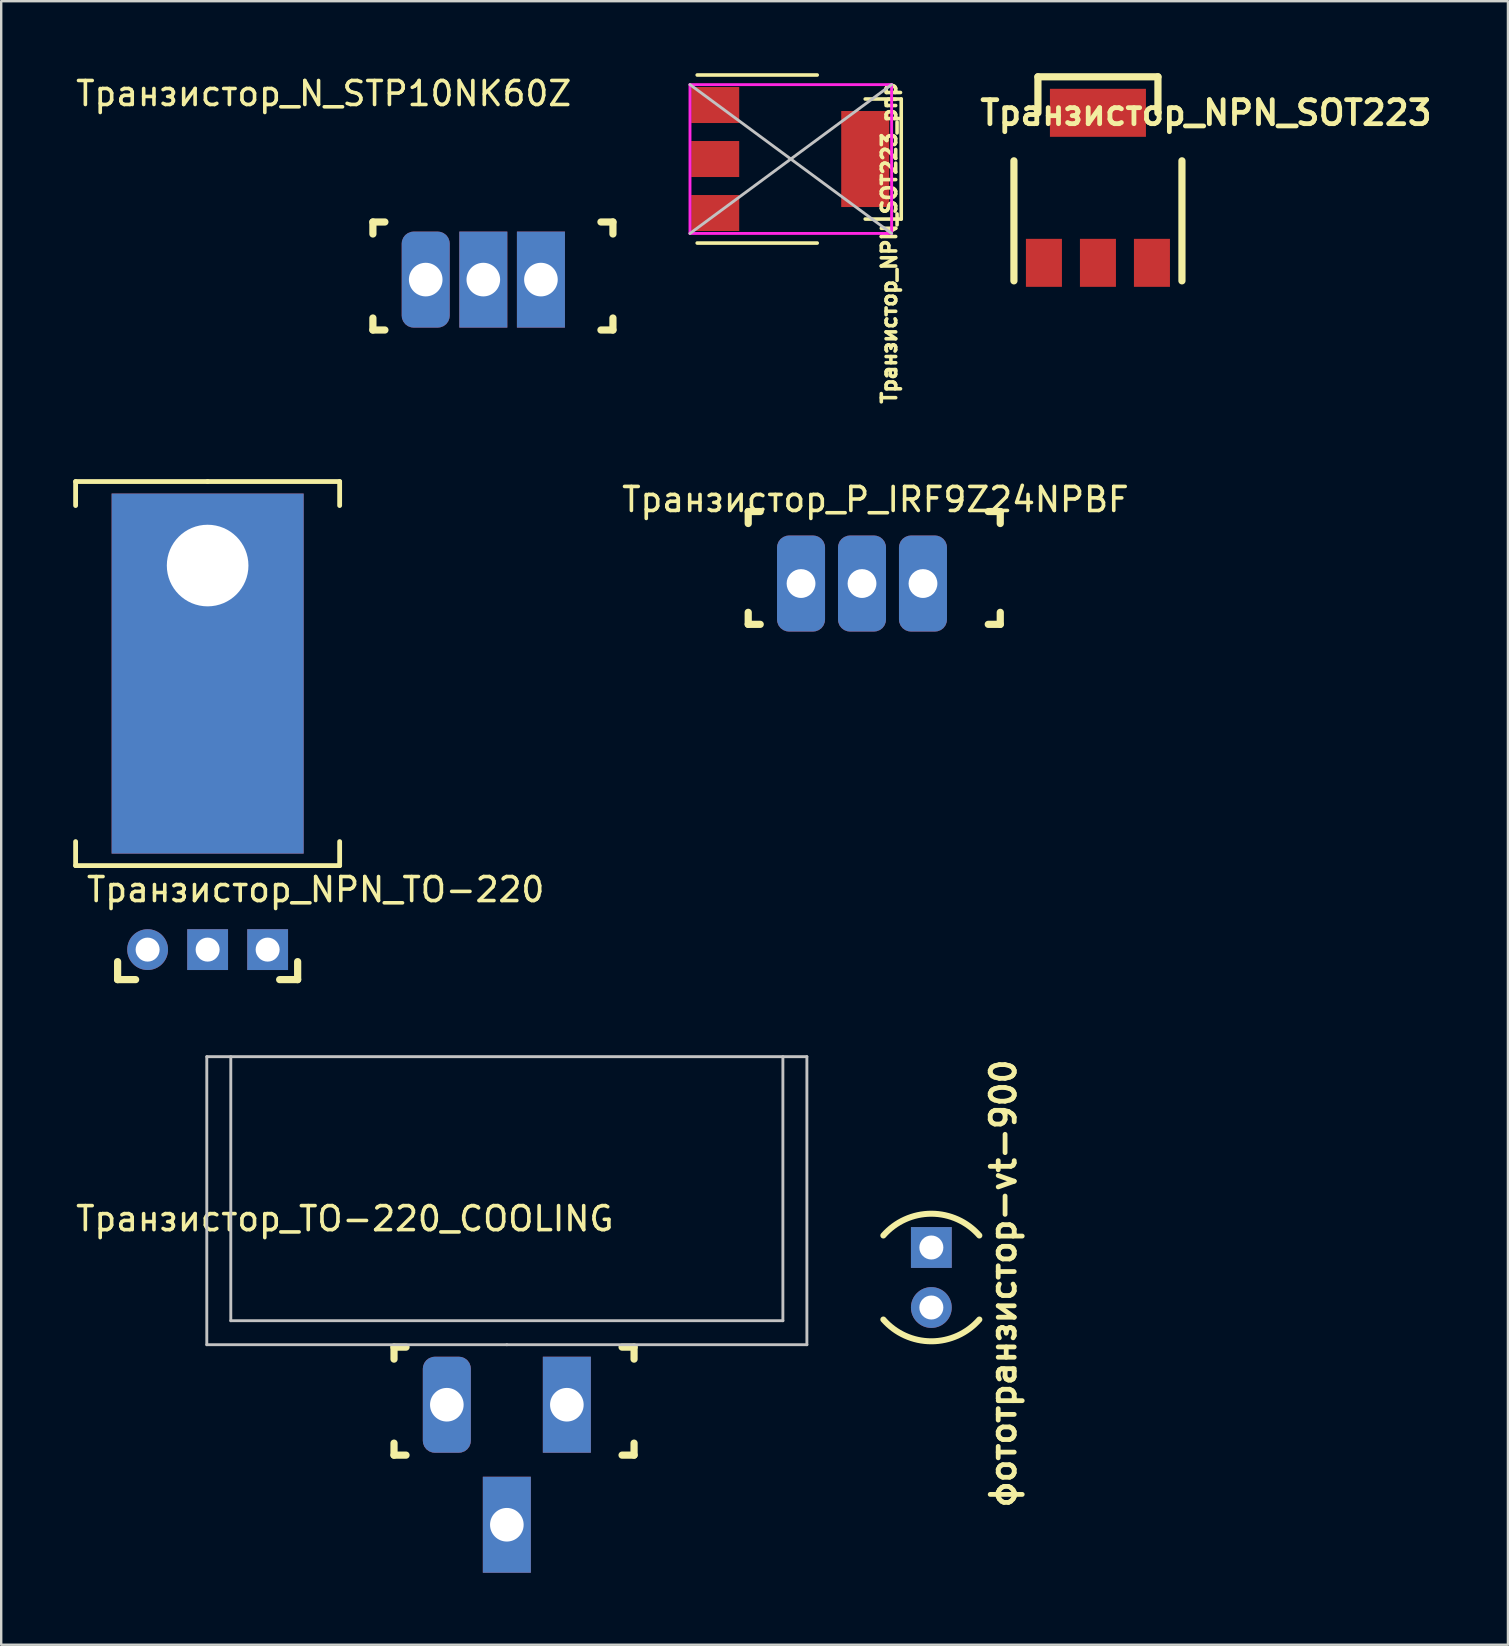
<source format=kicad_pcb>
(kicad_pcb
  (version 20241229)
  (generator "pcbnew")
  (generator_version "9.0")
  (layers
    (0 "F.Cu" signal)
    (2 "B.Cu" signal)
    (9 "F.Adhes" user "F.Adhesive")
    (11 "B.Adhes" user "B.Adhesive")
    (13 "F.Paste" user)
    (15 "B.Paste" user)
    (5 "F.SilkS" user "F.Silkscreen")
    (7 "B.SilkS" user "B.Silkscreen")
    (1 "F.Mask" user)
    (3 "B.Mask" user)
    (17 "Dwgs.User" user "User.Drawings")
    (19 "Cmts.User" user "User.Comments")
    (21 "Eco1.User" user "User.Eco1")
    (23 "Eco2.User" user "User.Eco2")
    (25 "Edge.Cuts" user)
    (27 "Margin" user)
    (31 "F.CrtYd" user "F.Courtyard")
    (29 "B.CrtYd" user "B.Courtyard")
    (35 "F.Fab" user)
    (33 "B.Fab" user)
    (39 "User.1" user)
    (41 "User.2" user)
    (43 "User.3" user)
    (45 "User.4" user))
  (footprint "Транзистор_P_IRF9Z24NPBF"
    (layer "F.Cu")
    (at 30.321 21.26)
    (property "Reference" "Транзистор_P_IRF9Z24NPBF" (at 3.1 -3.5 0) (layer "F.SilkS") (effects (font (size 1 1) (thickness 0.15))))
    (attr through_hole)
    (fp_line (start -2.2 -3) (end -2.2 -2.5) (stroke (width 0.3) (type solid)) (layer "F.SilkS"))
    (fp_line (start -2.2 -3) (end -1.7 -3) (stroke (width 0.3) (type solid)) (layer "F.SilkS"))
    (fp_line (start -2.2 1.7) (end -2.2 1.2) (stroke (width 0.3) (type solid)) (layer "F.SilkS"))
    (fp_line (start -2.2 1.7) (end -1.7 1.7) (stroke (width 0.3) (type solid)) (layer "F.SilkS"))
    (fp_line (start 8.3 -3) (end 7.8 -3) (stroke (width 0.3) (type solid)) (layer "F.SilkS"))
    (fp_line (start 8.3 -3) (end 8.3 -2.5) (stroke (width 0.3) (type solid)) (layer "F.SilkS"))
    (fp_line (start 8.3 1.7) (end 7.8 1.7) (stroke (width 0.3) (type solid)) (layer "F.SilkS"))
    (fp_line (start 8.3 1.7) (end 8.3 1.2) (stroke (width 0.3) (type solid)) (layer "F.SilkS"))
    (pad "1" thru_hole roundrect (at 0 0) (size 2 4) (drill 1.2) (layers "*.Cu" "*.Mask") (roundrect_rratio 0.25))
    (pad "2" thru_hole roundrect (at 2.54 0) (size 2 4) (drill 1.2) (layers "*.Cu" "*.Mask") (roundrect_rratio 0.25))
    (pad "3" thru_hole roundrect (at 5.08 0) (size 2 4) (drill 1.2) (layers "*.Cu" "*.Mask") (roundrect_rratio 0.25)))
  (footprint "фототранзистор-vt-900"
    (layer "F.Cu")
    (at 35.75 51.421)
    (property "Reference" "фототранзистор-vt-900" (at 3 -1 90) (layer "F.SilkS") (effects (font (size 1 1) (thickness 0.2))))
    (attr through_hole)
    (fp_arc (start -1.999999 -2.999999) (mid 0 -3.907535) (end 1.999999 -2.999999) (stroke (width 0.25) (type solid)) (layer "F.SilkS"))
    (fp_arc (start 1.999999 0.499999) (mid 0 1.407535) (end -1.999999 0.499999) (stroke (width 0.25) (type solid)) (layer "F.SilkS"))
    (pad "1" thru_hole circle (at 0 0) (size 1.7 1.7) (drill 1) (layers "*.Cu" "*.Mask"))
    (pad "2" thru_hole rect (at 0 -2.5) (size 1.7 1.7) (drill 1) (layers "*.Cu" "*.Mask")))
  (footprint "Транзистор_NPN_ТО-220"
    (layer "F.Cu")
    (at 3.1 36.511)
    (property "Reference" "Транзистор_NPN_ТО-220" (at 7 -2.5 0) (layer "F.SilkS") (effects (font (size 1 1) (thickness 0.15))))
    (attr through_hole)
    (fp_line (start -3 -19.5) (end -3 -18.5) (stroke (width 0.2) (type solid)) (layer "F.SilkS"))
    (fp_line (start -3 -4.5) (end -3 -3.5) (stroke (width 0.2) (type solid)) (layer "F.SilkS"))
    (fp_line (start -3 -3.5) (end 8 -3.5) (stroke (width 0.2) (type solid)) (layer "F.SilkS"))
    (fp_line (start -1.25 0.5) (end -1.25 1.25) (stroke (width 0.3) (type solid)) (layer "F.SilkS"))
    (fp_line (start -1.25 1.25) (end -0.5 1.25) (stroke (width 0.3) (type solid)) (layer "F.SilkS"))
    (fp_line (start 2.5 -19.5) (end -3 -19.5) (stroke (width 0.2) (type solid)) (layer "F.SilkS"))
    (fp_line (start 2.5 -19.5) (end 8 -19.5) (stroke (width 0.2) (type solid)) (layer "F.SilkS"))
    (fp_line (start 6.25 0.5) (end 6.25 1.25) (stroke (width 0.3) (type solid)) (layer "F.SilkS"))
    (fp_line (start 6.25 1.25) (end 5.5 1.25) (stroke (width 0.3) (type solid)) (layer "F.SilkS"))
    (fp_line (start 8 -19.5) (end 8 -18.5) (stroke (width 0.2) (type solid)) (layer "F.SilkS"))
    (fp_line (start 8 -4.5) (end 8 -3.5) (stroke (width 0.2) (type solid)) (layer "F.SilkS"))
    (pad "1" thru_hole circle (at 0 0) (size 1.7 1.7) (drill 1) (layers "*.Cu" "*.Mask"))
    (pad "2" thru_hole rect (at 2.5 0) (size 1.7 1.7) (drill 1) (layers "*.Cu" "*.Mask"))
    (pad "3" thru_hole rect (at 5 0) (size 1.7 1.7) (drill 1) (layers "*.Cu" "*.Mask"))
    (pad "4" thru_hole rect (at 2.5 -16) (size 8 15) (drill 3.4 (offset 0 4.5)) (layers "*.Cu" "*.Mask")))
  (footprint "Транзистор_N_STP10NK60Z"
    (layer "F.Cu")
    (at 14.685 8.598)
    (property "Reference" "Транзистор_N_STP10NK60Z" (at -4.25 -7.75 0) (layer "F.SilkS") (effects (font (size 1 1) (thickness 0.15))))
    (attr through_hole)
    (fp_line (start -2.2 -2.4) (end -2.2 -1.9) (stroke (width 0.3) (type solid)) (layer "F.SilkS"))
    (fp_line (start -2.2 -2.4) (end -1.7 -2.4) (stroke (width 0.3) (type solid)) (layer "F.SilkS"))
    (fp_line (start -2.2 2.1) (end -2.2 1.6) (stroke (width 0.3) (type solid)) (layer "F.SilkS"))
    (fp_line (start -2.2 2.1) (end -1.7 2.1) (stroke (width 0.3) (type solid)) (layer "F.SilkS"))
    (fp_line (start 7.8 -2.4) (end 7.3 -2.4) (stroke (width 0.3) (type solid)) (layer "F.SilkS"))
    (fp_line (start 7.8 -2.4) (end 7.8 -1.9) (stroke (width 0.3) (type solid)) (layer "F.SilkS"))
    (fp_line (start 7.8 2.1) (end 7.3 2.1) (stroke (width 0.3) (type solid)) (layer "F.SilkS"))
    (fp_line (start 7.8 2.1) (end 7.8 1.6) (stroke (width 0.3) (type solid)) (layer "F.SilkS"))
    (pad "1" thru_hole roundrect (at 0 0) (size 2 4) (drill 1.4) (layers "*.Cu" "*.Mask") (roundrect_rratio 0.25))
    (pad "2" thru_hole rect (at 2.4 0) (size 2 4) (drill 1.4) (layers "*.Cu" "*.Mask"))
    (pad "3" thru_hole rect (at 4.8 0) (size 2 4) (drill 1.4) (layers "*.Cu" "*.Mask")))
  (footprint "Транзистор_TO-220_COOLING"
    (layer "F.Cu")
    (at 15.565 55.471)
    (property "Reference" "Транзистор_TO-220_COOLING" (at -4.25 -7.75 0) (layer "F.SilkS") (effects (font (size 1 1) (thickness 0.15))))
    (attr through_hole)
    (fp_line (start -2.2 -2.4) (end -2.2 -1.9) (stroke (width 0.3) (type solid)) (layer "F.SilkS"))
    (fp_line (start -2.2 -2.4) (end -1.7 -2.4) (stroke (width 0.3) (type solid)) (layer "F.SilkS"))
    (fp_line (start -2.2 2.1) (end -2.2 1.6) (stroke (width 0.3) (type solid)) (layer "F.SilkS"))
    (fp_line (start -2.2 2.1) (end -1.7 2.1) (stroke (width 0.3) (type solid)) (layer "F.SilkS"))
    (fp_line (start 7.8 -2.4) (end 7.3 -2.4) (stroke (width 0.3) (type solid)) (layer "F.SilkS"))
    (fp_line (start 7.8 -2.4) (end 7.8 -1.9) (stroke (width 0.3) (type solid)) (layer "F.SilkS"))
    (fp_line (start 7.8 2.1) (end 7.3 2.1) (stroke (width 0.3) (type solid)) (layer "F.SilkS"))
    (fp_line (start 7.8 2.1) (end 7.8 1.6) (stroke (width 0.3) (type solid)) (layer "F.SilkS"))
    (fp_line (start -10 -14.5) (end -10 -2.5) (stroke (width 0.12) (type solid)) (layer "Dwgs.User"))
    (fp_line (start -10 -2.5) (end 2.5 -2.5) (stroke (width 0.12) (type solid)) (layer "Dwgs.User"))
    (fp_line (start -9 -14.5) (end -9 -3.5) (stroke (width 0.12) (type solid)) (layer "Dwgs.User"))
    (fp_line (start -9 -3.5) (end 14 -3.5) (stroke (width 0.12) (type solid)) (layer "Dwgs.User"))
    (fp_line (start 2.5 -2.5) (end 15 -2.5) (stroke (width 0.12) (type solid)) (layer "Dwgs.User"))
    (fp_line (start 14 -3.5) (end 14 -14.5) (stroke (width 0.12) (type solid)) (layer "Dwgs.User"))
    (fp_line (start 15 -14.5) (end -10 -14.5) (stroke (width 0.12) (type solid)) (layer "Dwgs.User"))
    (fp_line (start 15 -2.5) (end 15 -14.5) (stroke (width 0.12) (type solid)) (layer "Dwgs.User"))
    (pad "1" thru_hole roundrect (at 0 0) (size 2 4) (drill 1.4) (layers "*.Cu" "*.Mask") (roundrect_rratio 0.25))
    (pad "2" thru_hole rect (at 2.5 5) (size 2 4) (drill 1.4) (layers "*.Cu" "*.Mask"))
    (pad "3" thru_hole rect (at 5 0) (size 2 4) (drill 1.4) (layers "*.Cu" "*.Mask")))
  (footprint "Транзистор_NPN_SOT223"
    (layer "F.Cu")
    (at 42.69 4.15)
    (property "Reference" "Транзистор_NPN_SOT223" (at 4.5 -2.5 0) (layer "F.SilkS") (effects (font (size 1 1) (thickness 0.2))))
    (attr through_hole)
    (fp_line (start -3.5 -0.5) (end -3.5 4.5) (stroke (width 0.3) (type solid)) (layer "F.SilkS"))
    (fp_line (start -2.5 -4) (end -2.5 -2.5) (stroke (width 0.3) (type solid)) (layer "F.SilkS"))
    (fp_line (start -2.5 -4) (end 2.5 -4) (stroke (width 0.3) (type solid)) (layer "F.SilkS"))
    (fp_line (start 2.5 -2.5) (end 2.5 -4) (stroke (width 0.3) (type solid)) (layer "F.SilkS"))
    (fp_line (start 3.5 -0.5) (end 3.5 4.5) (stroke (width 0.3) (type solid)) (layer "F.SilkS"))
    (pad "1" smd rect (at -2.25 3.75) (size 1.5 2) (layers "F.Cu" "F.Mask" "F.Paste"))
    (pad "2" smd rect (at 0 3.75) (size 1.5 2) (layers "F.Cu" "F.Mask" "F.Paste"))
    (pad "3" smd rect (at 2.25 3.75) (size 1.5 2) (layers "F.Cu" "F.Mask" "F.Paste"))
    (pad "4" smd rect (at 0 -2.5) (size 4 2) (layers "F.Cu" "F.Mask" "F.Paste")))
  (footprint "Транзистор_NPN_SOT223_pnp"
    (layer "F.Cu")
    (at 29.895 3.575)
    (property "Reference" "Транзистор_NPN_SOT223_pnp" (at 4.1 3.5 270) (layer "F.SilkS") (effects (font (size 0.6 0.6) (thickness 0.15))))
    (attr smd)
    (fp_line (start 1.1 -3.5) (end -3.9 -3.5) (stroke (width 0.15) (type solid)) (layer "F.SilkS"))
    (fp_line (start 1.1 3.5) (end -3.9 3.5) (stroke (width 0.15) (type solid)) (layer "F.SilkS"))
    (fp_line (start 3.1 2.5) (end 4.6 2.5) (stroke (width 0.15) (type solid)) (layer "F.SilkS"))
    (fp_line (start 4.6 -2.5) (end 3.1 -2.5) (stroke (width 0.15) (type solid)) (layer "F.SilkS"))
    (fp_line (start 4.6 -2.5) (end 4.6 2.5) (stroke (width 0.15) (type solid)) (layer "F.SilkS"))
    (fp_line (start -4.2 -3.1) (end 4.2 3.1) (stroke (width 0.12) (type solid)) (layer "Dwgs.User"))
    (fp_line (start 4.2 -3.1) (end -4.2 3.1) (stroke (width 0.12) (type solid)) (layer "Dwgs.User"))
    (fp_line (start -4.2 -3.1) (end -4.2 3.1) (stroke (width 0.12) (type solid)) (layer "F.CrtYd"))
    (fp_line (start -4.2 3.1) (end 4.2 3.1) (stroke (width 0.12) (type solid)) (layer "F.CrtYd"))
    (fp_line (start 4.2 -3.1) (end -4.2 -3.1) (stroke (width 0.12) (type solid)) (layer "F.CrtYd"))
    (fp_line (start 4.2 3.1) (end 4.2 -3.1) (stroke (width 0.12) (type solid)) (layer "F.CrtYd"))
    (pad "1" smd rect (at -3.15 -2.25 270) (size 1.5 2) (layers "F.Cu" "F.Mask" "F.Paste"))
    (pad "2" smd rect (at -3.15 0 270) (size 1.5 2) (layers "F.Cu" "F.Mask" "F.Paste"))
    (pad "3" smd rect (at -3.15 2.25 270) (size 1.5 2) (layers "F.Cu" "F.Mask" "F.Paste"))
    (pad "4" smd rect (at 3.1 0 270) (size 4 2) (layers "F.Cu" "F.Mask" "F.Paste")))
  (gr_rect
    (start -3 -3)
    (end 59.771 65.471)
    (stroke (width 0.1) (type default))
    (fill no)
    (layer "Edge.Cuts")))
</source>
